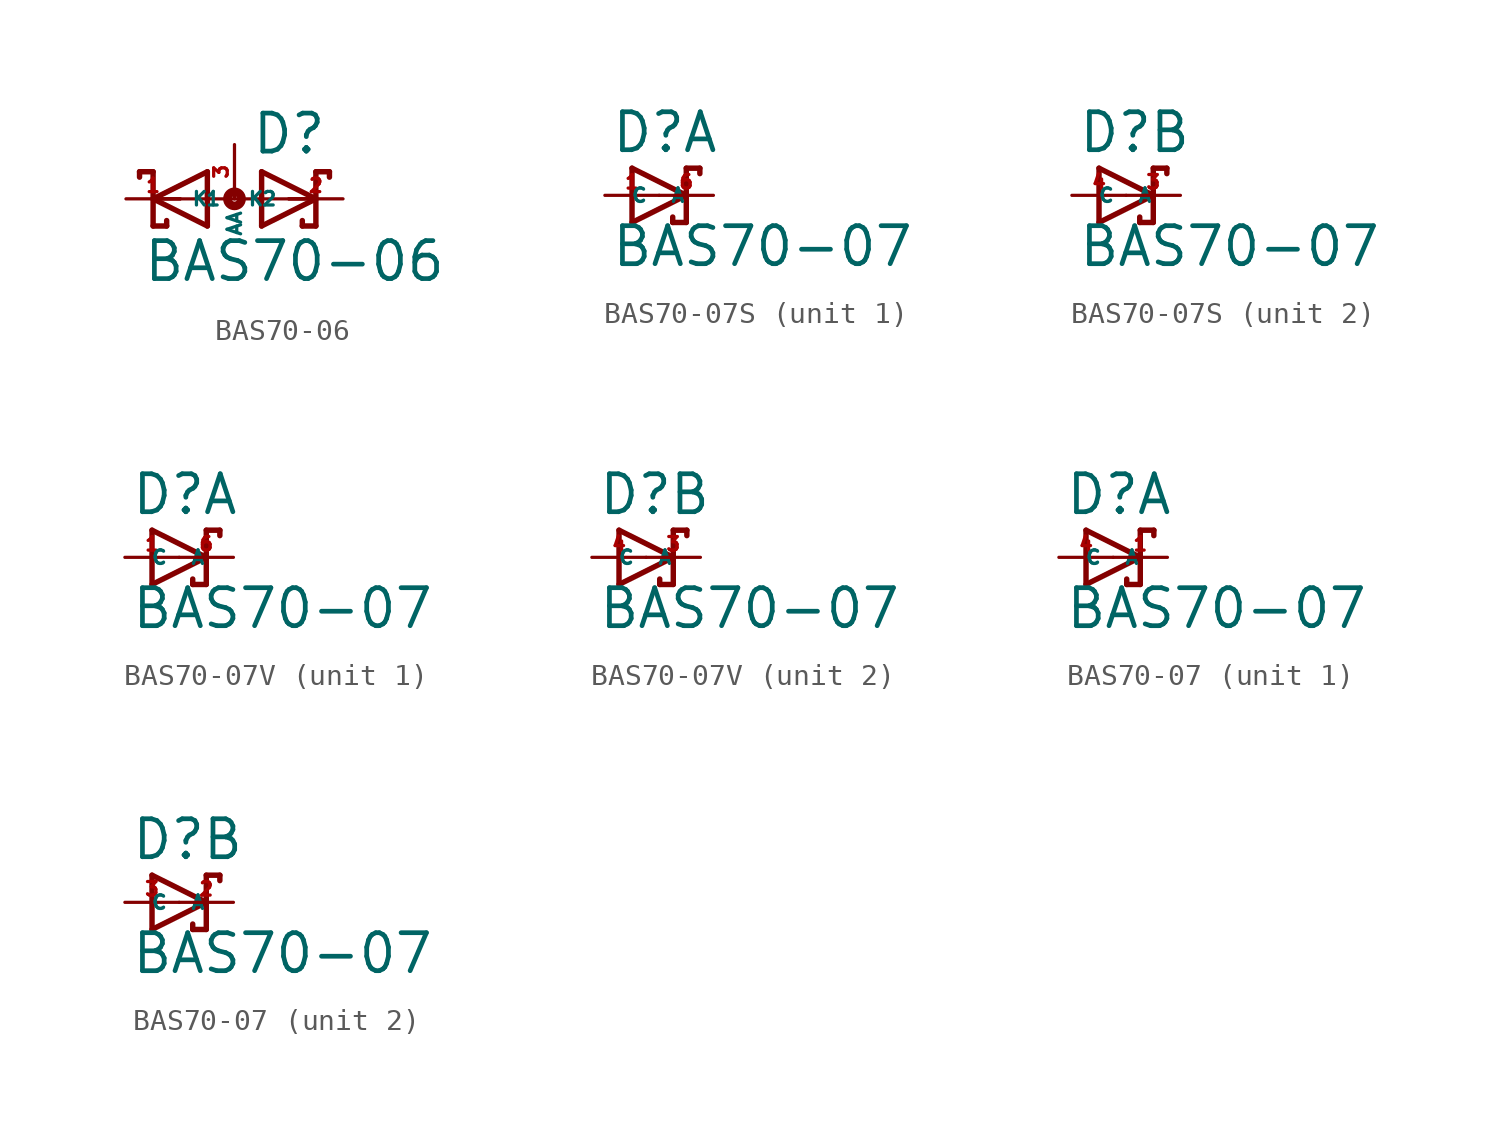
<source format=kicad_sym>
(kicad_symbol_lib
  (version 20220914)
  (generator Eagle2Kicad)
  (symbol "BAS70-06"
    (property "Reference" "D"
      (at 0.762 2.007 0)
      (effects (font (size 1.778 1.778) (thickness 0.22)) (justify left bottom)))
    (property "Value" "BAS70-06"
      (at -4.318 -3.962 0)
      (effects (font (size 1.778 1.778) (thickness 0.22)) (justify left bottom)))
    (polyline
      (pts (xy -1.27 -1.27) (xy -3.81 0))
      (stroke (width 0.254) (type default))
      (fill (type none)))
    (polyline
      (pts (xy -3.81 0) (xy -1.27 1.27))
      (stroke (width 0.254) (type default))
      (fill (type none)))
    (polyline
      (pts (xy -2.54 0) (xy -3.81 0))
      (stroke (width 0.152) (type default))
      (fill (type none)))
    (polyline
      (pts (xy -1.27 1.27) (xy -1.27 -1.27))
      (stroke (width 0.254) (type default))
      (fill (type none)))
    (polyline
      (pts (xy 1.27 1.27) (xy 3.81 0))
      (stroke (width 0.254) (type default))
      (fill (type none)))
    (polyline
      (pts (xy 3.81 0) (xy 1.27 -1.27))
      (stroke (width 0.254) (type default))
      (fill (type none)))
    (polyline
      (pts (xy 2.54 0) (xy 3.81 0))
      (stroke (width 0.152) (type default))
      (fill (type none)))
    (polyline
      (pts (xy 1.27 -1.27) (xy 1.27 1.27))
      (stroke (width 0.254) (type default))
      (fill (type none)))
    (polyline
      (pts (xy -4.445 1.016) (xy -4.445 1.27))
      (stroke (width 0.254) (type default))
      (fill (type none)))
    (polyline
      (pts (xy -4.445 1.27) (xy -3.81 1.27))
      (stroke (width 0.254) (type default))
      (fill (type none)))
    (polyline
      (pts (xy -3.81 1.27) (xy -3.81 0))
      (stroke (width 0.254) (type default))
      (fill (type none)))
    (polyline
      (pts (xy -3.175 -1.016) (xy -3.175 -1.27))
      (stroke (width 0.254) (type default))
      (fill (type none)))
    (polyline
      (pts (xy -3.81 0) (xy -3.81 -1.27))
      (stroke (width 0.254) (type default))
      (fill (type none)))
    (polyline
      (pts (xy -3.81 -1.27) (xy -3.175 -1.27))
      (stroke (width 0.254) (type default))
      (fill (type none)))
    (polyline
      (pts (xy 3.175 -1.016) (xy 3.175 -1.27))
      (stroke (width 0.254) (type default))
      (fill (type none)))
    (polyline
      (pts (xy 3.175 -1.27) (xy 3.81 -1.27))
      (stroke (width 0.254) (type default))
      (fill (type none)))
    (polyline
      (pts (xy 3.81 -1.27) (xy 3.81 0))
      (stroke (width 0.254) (type default))
      (fill (type none)))
    (polyline
      (pts (xy 4.445 1.016) (xy 4.445 1.27))
      (stroke (width 0.254) (type default))
      (fill (type none)))
    (polyline
      (pts (xy 3.81 0) (xy 3.81 1.27))
      (stroke (width 0.254) (type default))
      (fill (type none)))
    (polyline
      (pts (xy 3.81 1.27) (xy 4.445 1.27))
      (stroke (width 0.254) (type default))
      (fill (type none)))
    (polyline
      (pts (xy -3.81 0) (xy 3.81 0))
      (stroke (width 0.152) (type default))
      (fill (type none)))
    (circle
      (center 0 0)
      (radius 0.127)
      (stroke (width 0.406) (type default))
      (fill (type none)))
    (pin passive line
      (at -5.08 0 0)
      (length 2.54)
      (name "K1" (effects (font (size 0.635 0.635) (thickness 0.08)) (justify left bottom)))
      (number "1" (effects (font (size 0.635 0.635) (thickness 0.08)) (justify left bottom))))
    (pin passive line
      (at 5.08 0 180)
      (length 2.54)
      (name "K2" (effects (font (size 0.635 0.635) (thickness 0.08)) (justify left bottom)))
      (number "2" (effects (font (size 0.635 0.635) (thickness 0.08)) (justify left bottom))))
    (pin passive line
      (at 0 2.54 270)
      (length 2.54)
      (name "AA" (effects (font (size 0.635 0.635) (thickness 0.08)) (justify left bottom)))
      (number "3" (effects (font (size 0.635 0.635) (thickness 0.08)) (justify left bottom)))))
  (symbol "BAS70-07S"
    (property "Reference" "D"
      (at -2.286 1.905 0)
      (effects (font (size 1.778 1.778) (thickness 0.22)) (justify left bottom)))
    (property "Value" "BAS70-07"
      (at -2.286 -3.429 0)
      (effects (font (size 1.778 1.778) (thickness 0.22)) (justify left bottom)))
    (symbol "BAS70-07S_1_0"
      (polyline (pts (xy -1.27 -1.27) (xy 1.27 0)) (stroke (width 0.254) (type default)) (fill (type none)))
      (polyline (pts (xy 1.27 0) (xy -1.27 1.27)) (stroke (width 0.254) (type default)) (fill (type none)))
      (polyline (pts (xy 1.905 1.27) (xy 1.27 1.27)) (stroke (width 0.254) (type default)) (fill (type none)))
      (polyline (pts (xy 1.27 1.27) (xy 1.27 0)) (stroke (width 0.254) (type default)) (fill (type none)))
      (polyline (pts (xy -1.27 1.27) (xy -1.27 -1.27)) (stroke (width 0.254) (type default)) (fill (type none)))
      (polyline (pts (xy 1.27 0) (xy 1.27 -1.27)) (stroke (width 0.254) (type default)) (fill (type none)))
      (polyline (pts (xy 1.905 1.27) (xy 1.905 1.016)) (stroke (width 0.254) (type default)) (fill (type none)))
      (polyline (pts (xy 1.27 -1.27) (xy 0.635 -1.27)) (stroke (width 0.254) (type default)) (fill (type none)))
      (polyline (pts (xy 0.635 -1.016) (xy 0.635 -1.27)) (stroke (width 0.254) (type default)) (fill (type none)))
      (pin passive line (at -2.54 0 0) (length 2.54) (name "A" (effects (font (size 0.635 0.635) (thickness 0.08)) (justify left bottom))) (number "1" (effects (font (size 0.635 0.635) (thickness 0.08)) (justify left bottom))))
      (pin passive line (at 2.54 0 180) (length 2.54) (name "C" (effects (font (size 0.635 0.635) (thickness 0.08)) (justify left bottom))) (number "6" (effects (font (size 0.635 0.635) (thickness 0.08)) (justify left bottom)))))
    (symbol "BAS70-07S_2_0"
      (polyline (pts (xy -1.27 -1.27) (xy 1.27 0)) (stroke (width 0.254) (type default)) (fill (type none)))
      (polyline (pts (xy 1.27 0) (xy -1.27 1.27)) (stroke (width 0.254) (type default)) (fill (type none)))
      (polyline (pts (xy 1.905 1.27) (xy 1.27 1.27)) (stroke (width 0.254) (type default)) (fill (type none)))
      (polyline (pts (xy 1.27 1.27) (xy 1.27 0)) (stroke (width 0.254) (type default)) (fill (type none)))
      (polyline (pts (xy -1.27 1.27) (xy -1.27 -1.27)) (stroke (width 0.254) (type default)) (fill (type none)))
      (polyline (pts (xy 1.27 0) (xy 1.27 -1.27)) (stroke (width 0.254) (type default)) (fill (type none)))
      (polyline (pts (xy 1.905 1.27) (xy 1.905 1.016)) (stroke (width 0.254) (type default)) (fill (type none)))
      (polyline (pts (xy 1.27 -1.27) (xy 0.635 -1.27)) (stroke (width 0.254) (type default)) (fill (type none)))
      (polyline (pts (xy 0.635 -1.016) (xy 0.635 -1.27)) (stroke (width 0.254) (type default)) (fill (type none)))
      (pin passive line (at -2.54 0 0) (length 2.54) (name "A" (effects (font (size 0.635 0.635) (thickness 0.08)) (justify left bottom))) (number "4" (effects (font (size 0.635 0.635) (thickness 0.08)) (justify left bottom))))
      (pin passive line (at 2.54 0 180) (length 2.54) (name "C" (effects (font (size 0.635 0.635) (thickness 0.08)) (justify left bottom))) (number "3" (effects (font (size 0.635 0.635) (thickness 0.08)) (justify left bottom))))))
  (symbol "BAS70-07V"
    (property "Reference" "D"
      (at -2.286 1.905 0)
      (effects (font (size 1.778 1.778) (thickness 0.22)) (justify left bottom)))
    (property "Value" "BAS70-07"
      (at -2.286 -3.429 0)
      (effects (font (size 1.778 1.778) (thickness 0.22)) (justify left bottom)))
    (symbol "BAS70-07V_1_0"
      (polyline (pts (xy -1.27 -1.27) (xy 1.27 0)) (stroke (width 0.254) (type default)) (fill (type none)))
      (polyline (pts (xy 1.27 0) (xy -1.27 1.27)) (stroke (width 0.254) (type default)) (fill (type none)))
      (polyline (pts (xy 1.905 1.27) (xy 1.27 1.27)) (stroke (width 0.254) (type default)) (fill (type none)))
      (polyline (pts (xy 1.27 1.27) (xy 1.27 0)) (stroke (width 0.254) (type default)) (fill (type none)))
      (polyline (pts (xy -1.27 1.27) (xy -1.27 -1.27)) (stroke (width 0.254) (type default)) (fill (type none)))
      (polyline (pts (xy 1.27 0) (xy 1.27 -1.27)) (stroke (width 0.254) (type default)) (fill (type none)))
      (polyline (pts (xy 1.905 1.27) (xy 1.905 1.016)) (stroke (width 0.254) (type default)) (fill (type none)))
      (polyline (pts (xy 1.27 -1.27) (xy 0.635 -1.27)) (stroke (width 0.254) (type default)) (fill (type none)))
      (polyline (pts (xy 0.635 -1.016) (xy 0.635 -1.27)) (stroke (width 0.254) (type default)) (fill (type none)))
      (pin passive line (at -2.54 0 0) (length 2.54) (name "A" (effects (font (size 0.635 0.635) (thickness 0.08)) (justify left bottom))) (number "1" (effects (font (size 0.635 0.635) (thickness 0.08)) (justify left bottom))))
      (pin passive line (at 2.54 0 180) (length 2.54) (name "C" (effects (font (size 0.635 0.635) (thickness 0.08)) (justify left bottom))) (number "6" (effects (font (size 0.635 0.635) (thickness 0.08)) (justify left bottom)))))
    (symbol "BAS70-07V_2_0"
      (polyline (pts (xy -1.27 -1.27) (xy 1.27 0)) (stroke (width 0.254) (type default)) (fill (type none)))
      (polyline (pts (xy 1.27 0) (xy -1.27 1.27)) (stroke (width 0.254) (type default)) (fill (type none)))
      (polyline (pts (xy 1.905 1.27) (xy 1.27 1.27)) (stroke (width 0.254) (type default)) (fill (type none)))
      (polyline (pts (xy 1.27 1.27) (xy 1.27 0)) (stroke (width 0.254) (type default)) (fill (type none)))
      (polyline (pts (xy -1.27 1.27) (xy -1.27 -1.27)) (stroke (width 0.254) (type default)) (fill (type none)))
      (polyline (pts (xy 1.27 0) (xy 1.27 -1.27)) (stroke (width 0.254) (type default)) (fill (type none)))
      (polyline (pts (xy 1.905 1.27) (xy 1.905 1.016)) (stroke (width 0.254) (type default)) (fill (type none)))
      (polyline (pts (xy 1.27 -1.27) (xy 0.635 -1.27)) (stroke (width 0.254) (type default)) (fill (type none)))
      (polyline (pts (xy 0.635 -1.016) (xy 0.635 -1.27)) (stroke (width 0.254) (type default)) (fill (type none)))
      (pin passive line (at -2.54 0 0) (length 2.54) (name "A" (effects (font (size 0.635 0.635) (thickness 0.08)) (justify left bottom))) (number "4" (effects (font (size 0.635 0.635) (thickness 0.08)) (justify left bottom))))
      (pin passive line (at 2.54 0 180) (length 2.54) (name "C" (effects (font (size 0.635 0.635) (thickness 0.08)) (justify left bottom))) (number "3" (effects (font (size 0.635 0.635) (thickness 0.08)) (justify left bottom))))))
  (symbol "BAS70-07"
    (property "Reference" "D"
      (at -2.286 1.905 0)
      (effects (font (size 1.778 1.778) (thickness 0.22)) (justify left bottom)))
    (property "Value" "BAS70-07"
      (at -2.286 -3.429 0)
      (effects (font (size 1.778 1.778) (thickness 0.22)) (justify left bottom)))
    (symbol "BAS70-07_1_0"
      (polyline (pts (xy -1.27 -1.27) (xy 1.27 0)) (stroke (width 0.254) (type default)) (fill (type none)))
      (polyline (pts (xy 1.27 0) (xy -1.27 1.27)) (stroke (width 0.254) (type default)) (fill (type none)))
      (polyline (pts (xy 1.905 1.27) (xy 1.27 1.27)) (stroke (width 0.254) (type default)) (fill (type none)))
      (polyline (pts (xy 1.27 1.27) (xy 1.27 0)) (stroke (width 0.254) (type default)) (fill (type none)))
      (polyline (pts (xy -1.27 1.27) (xy -1.27 -1.27)) (stroke (width 0.254) (type default)) (fill (type none)))
      (polyline (pts (xy 1.27 0) (xy 1.27 -1.27)) (stroke (width 0.254) (type default)) (fill (type none)))
      (polyline (pts (xy 1.905 1.27) (xy 1.905 1.016)) (stroke (width 0.254) (type default)) (fill (type none)))
      (polyline (pts (xy 1.27 -1.27) (xy 0.635 -1.27)) (stroke (width 0.254) (type default)) (fill (type none)))
      (polyline (pts (xy 0.635 -1.016) (xy 0.635 -1.27)) (stroke (width 0.254) (type default)) (fill (type none)))
      (pin passive line (at -2.54 0 0) (length 2.54) (name "A" (effects (font (size 0.635 0.635) (thickness 0.08)) (justify left bottom))) (number "4" (effects (font (size 0.635 0.635) (thickness 0.08)) (justify left bottom))))
      (pin passive line (at 2.54 0 180) (length 2.54) (name "C" (effects (font (size 0.635 0.635) (thickness 0.08)) (justify left bottom))) (number "1" (effects (font (size 0.635 0.635) (thickness 0.08)) (justify left bottom)))))
    (symbol "BAS70-07_2_0"
      (polyline (pts (xy -1.27 -1.27) (xy 1.27 0)) (stroke (width 0.254) (type default)) (fill (type none)))
      (polyline (pts (xy 1.27 0) (xy -1.27 1.27)) (stroke (width 0.254) (type default)) (fill (type none)))
      (polyline (pts (xy 1.905 1.27) (xy 1.27 1.27)) (stroke (width 0.254) (type default)) (fill (type none)))
      (polyline (pts (xy 1.27 1.27) (xy 1.27 0)) (stroke (width 0.254) (type default)) (fill (type none)))
      (polyline (pts (xy -1.27 1.27) (xy -1.27 -1.27)) (stroke (width 0.254) (type default)) (fill (type none)))
      (polyline (pts (xy 1.27 0) (xy 1.27 -1.27)) (stroke (width 0.254) (type default)) (fill (type none)))
      (polyline (pts (xy 1.905 1.27) (xy 1.905 1.016)) (stroke (width 0.254) (type default)) (fill (type none)))
      (polyline (pts (xy 1.27 -1.27) (xy 0.635 -1.27)) (stroke (width 0.254) (type default)) (fill (type none)))
      (polyline (pts (xy 0.635 -1.016) (xy 0.635 -1.27)) (stroke (width 0.254) (type default)) (fill (type none)))
      (pin passive line (at -2.54 0 0) (length 2.54) (name "A" (effects (font (size 0.635 0.635) (thickness 0.08)) (justify left bottom))) (number "3" (effects (font (size 0.635 0.635) (thickness 0.08)) (justify left bottom))))
      (pin passive line (at 2.54 0 180) (length 2.54) (name "C" (effects (font (size 0.635 0.635) (thickness 0.08)) (justify left bottom))) (number "2" (effects (font (size 0.635 0.635) (thickness 0.08)) (justify left bottom)))))))
</source>
